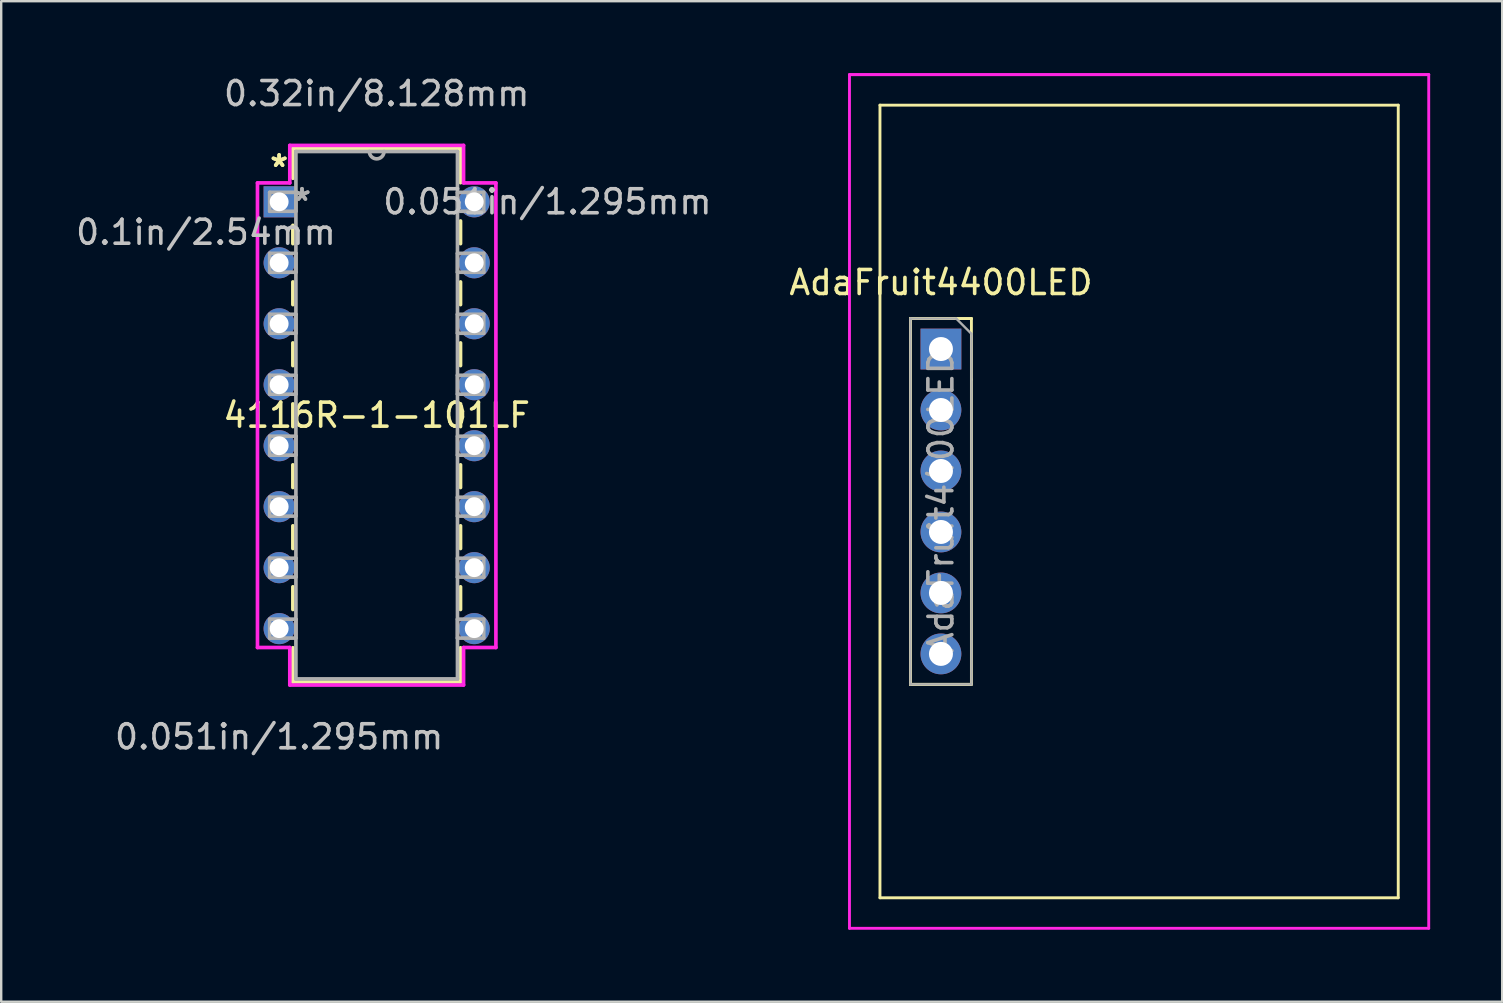
<source format=kicad_pcb>
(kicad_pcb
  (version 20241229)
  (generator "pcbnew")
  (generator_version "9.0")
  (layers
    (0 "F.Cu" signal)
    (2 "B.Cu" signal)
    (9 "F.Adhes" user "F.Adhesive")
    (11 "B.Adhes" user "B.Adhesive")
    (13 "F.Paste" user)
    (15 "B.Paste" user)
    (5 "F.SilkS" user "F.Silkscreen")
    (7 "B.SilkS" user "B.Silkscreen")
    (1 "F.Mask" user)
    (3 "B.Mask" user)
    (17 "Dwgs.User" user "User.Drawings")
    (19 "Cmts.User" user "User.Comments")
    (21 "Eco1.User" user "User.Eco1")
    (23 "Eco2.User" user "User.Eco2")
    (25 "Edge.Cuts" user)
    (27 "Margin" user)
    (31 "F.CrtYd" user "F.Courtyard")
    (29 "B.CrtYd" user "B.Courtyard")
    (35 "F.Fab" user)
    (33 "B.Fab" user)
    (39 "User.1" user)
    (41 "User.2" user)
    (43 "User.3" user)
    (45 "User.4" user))
  (footprint "4116R-1-101LF"
    (layer "F.Cu")
    (at 16.706 23.137)
    (property "Reference" "4116R-1-101LF" (at -4.064 -8.89 0) (layer "F.SilkS") (effects (font (size 1 1) (thickness 0.15))))
    (attr through_hole)
    (fp_line (start -7.556 -20.003) (end -7.556 -18.76) (stroke (width 0.152) (type solid)) (layer "F.SilkS"))
    (fp_line (start -7.556 -16.8) (end -7.556 -16.037) (stroke (width 0.152) (type solid)) (layer "F.SilkS"))
    (fp_line (start -7.556 -14.443) (end -7.556 -13.497) (stroke (width 0.152) (type solid)) (layer "F.SilkS"))
    (fp_line (start -7.556 -11.903) (end -7.556 -10.957) (stroke (width 0.152) (type solid)) (layer "F.SilkS"))
    (fp_line (start -7.556 -9.363) (end -7.556 -8.417) (stroke (width 0.152) (type solid)) (layer "F.SilkS"))
    (fp_line (start -7.556 -6.823) (end -7.556 -5.877) (stroke (width 0.152) (type solid)) (layer "F.SilkS"))
    (fp_line (start -7.556 -4.283) (end -7.556 -3.337) (stroke (width 0.152) (type solid)) (layer "F.SilkS"))
    (fp_line (start -7.556 -1.743) (end -7.556 -0.797) (stroke (width 0.152) (type solid)) (layer "F.SilkS"))
    (fp_line (start -7.556 0.797) (end -7.556 2.223) (stroke (width 0.152) (type solid)) (layer "F.SilkS"))
    (fp_line (start -7.556 2.223) (end -0.572 2.223) (stroke (width 0.152) (type solid)) (layer "F.SilkS"))
    (fp_line (start -0.572 -20.003) (end -7.556 -20.003) (stroke (width 0.152) (type solid)) (layer "F.SilkS"))
    (fp_line (start -0.572 -18.577) (end -0.572 -20.003) (stroke (width 0.152) (type solid)) (layer "F.SilkS"))
    (fp_line (start -0.572 -16.037) (end -0.572 -16.983) (stroke (width 0.152) (type solid)) (layer "F.SilkS"))
    (fp_line (start -0.572 -13.497) (end -0.572 -14.443) (stroke (width 0.152) (type solid)) (layer "F.SilkS"))
    (fp_line (start -0.572 -10.957) (end -0.572 -11.903) (stroke (width 0.152) (type solid)) (layer "F.SilkS"))
    (fp_line (start -0.572 -8.417) (end -0.572 -9.363) (stroke (width 0.152) (type solid)) (layer "F.SilkS"))
    (fp_line (start -0.572 -5.877) (end -0.572 -6.823) (stroke (width 0.152) (type solid)) (layer "F.SilkS"))
    (fp_line (start -0.572 -3.337) (end -0.572 -4.283) (stroke (width 0.152) (type solid)) (layer "F.SilkS"))
    (fp_line (start -0.572 -0.797) (end -0.572 -1.743) (stroke (width 0.152) (type solid)) (layer "F.SilkS"))
    (fp_line (start -0.572 2.223) (end -0.572 0.797) (stroke (width 0.152) (type solid)) (layer "F.SilkS"))
    (fp_line (start -9.03 -18.567) (end -9.03 0.787) (stroke (width 0.152) (type solid)) (layer "F.CrtYd"))
    (fp_line (start -9.03 0.787) (end -7.684 0.787) (stroke (width 0.152) (type solid)) (layer "F.CrtYd"))
    (fp_line (start -7.684 -20.13) (end -7.684 -18.567) (stroke (width 0.152) (type solid)) (layer "F.CrtYd"))
    (fp_line (start -7.684 -18.567) (end -9.03 -18.567) (stroke (width 0.152) (type solid)) (layer "F.CrtYd"))
    (fp_line (start -7.684 0.787) (end -7.684 2.349) (stroke (width 0.152) (type solid)) (layer "F.CrtYd"))
    (fp_line (start -7.684 2.349) (end -0.445 2.349) (stroke (width 0.152) (type solid)) (layer "F.CrtYd"))
    (fp_line (start -0.445 -20.13) (end -7.684 -20.13) (stroke (width 0.152) (type solid)) (layer "F.CrtYd"))
    (fp_line (start -0.445 -18.567) (end -0.445 -20.13) (stroke (width 0.152) (type solid)) (layer "F.CrtYd"))
    (fp_line (start -0.445 0.787) (end 0.902 0.787) (stroke (width 0.152) (type solid)) (layer "F.CrtYd"))
    (fp_line (start -0.445 2.349) (end -0.445 0.787) (stroke (width 0.152) (type solid)) (layer "F.CrtYd"))
    (fp_line (start 0.902 -18.567) (end -0.445 -18.567) (stroke (width 0.152) (type solid)) (layer "F.CrtYd"))
    (fp_line (start 0.902 0.787) (end 0.902 -18.567) (stroke (width 0.152) (type solid)) (layer "F.CrtYd"))
    (fp_line (start -8.522 -18.174) (end -8.522 -17.386) (stroke (width 0.152) (type solid)) (layer "F.Fab"))
    (fp_line (start -8.522 -17.386) (end -7.429 -17.386) (stroke (width 0.152) (type solid)) (layer "F.Fab"))
    (fp_line (start -8.522 -15.634) (end -8.522 -14.846) (stroke (width 0.152) (type solid)) (layer "F.Fab"))
    (fp_line (start -8.522 -14.846) (end -7.429 -14.846) (stroke (width 0.152) (type solid)) (layer "F.Fab"))
    (fp_line (start -8.522 -13.094) (end -8.522 -12.306) (stroke (width 0.152) (type solid)) (layer "F.Fab"))
    (fp_line (start -8.522 -12.306) (end -7.429 -12.306) (stroke (width 0.152) (type solid)) (layer "F.Fab"))
    (fp_line (start -8.522 -10.554) (end -8.522 -9.766) (stroke (width 0.152) (type solid)) (layer "F.Fab"))
    (fp_line (start -8.522 -9.766) (end -7.429 -9.766) (stroke (width 0.152) (type solid)) (layer "F.Fab"))
    (fp_line (start -8.522 -8.014) (end -8.522 -7.226) (stroke (width 0.152) (type solid)) (layer "F.Fab"))
    (fp_line (start -8.522 -7.226) (end -7.429 -7.226) (stroke (width 0.152) (type solid)) (layer "F.Fab"))
    (fp_line (start -8.522 -5.474) (end -8.522 -4.686) (stroke (width 0.152) (type solid)) (layer "F.Fab"))
    (fp_line (start -8.522 -4.686) (end -7.429 -4.686) (stroke (width 0.152) (type solid)) (layer "F.Fab"))
    (fp_line (start -8.522 -2.934) (end -8.522 -2.146) (stroke (width 0.152) (type solid)) (layer "F.Fab"))
    (fp_line (start -8.522 -2.146) (end -7.429 -2.146) (stroke (width 0.152) (type solid)) (layer "F.Fab"))
    (fp_line (start -8.522 -0.394) (end -8.522 0.394) (stroke (width 0.152) (type solid)) (layer "F.Fab"))
    (fp_line (start -8.522 0.394) (end -7.429 0.394) (stroke (width 0.152) (type solid)) (layer "F.Fab"))
    (fp_line (start -7.429 -19.875) (end -7.429 2.095) (stroke (width 0.152) (type solid)) (layer "F.Fab"))
    (fp_line (start -7.429 -18.174) (end -8.522 -18.174) (stroke (width 0.152) (type solid)) (layer "F.Fab"))
    (fp_line (start -7.429 -17.386) (end -7.429 -18.174) (stroke (width 0.152) (type solid)) (layer "F.Fab"))
    (fp_line (start -7.429 -15.634) (end -8.522 -15.634) (stroke (width 0.152) (type solid)) (layer "F.Fab"))
    (fp_line (start -7.429 -14.846) (end -7.429 -15.634) (stroke (width 0.152) (type solid)) (layer "F.Fab"))
    (fp_line (start -7.429 -13.094) (end -8.522 -13.094) (stroke (width 0.152) (type solid)) (layer "F.Fab"))
    (fp_line (start -7.429 -12.306) (end -7.429 -13.094) (stroke (width 0.152) (type solid)) (layer "F.Fab"))
    (fp_line (start -7.429 -10.554) (end -8.522 -10.554) (stroke (width 0.152) (type solid)) (layer "F.Fab"))
    (fp_line (start -7.429 -9.766) (end -7.429 -10.554) (stroke (width 0.152) (type solid)) (layer "F.Fab"))
    (fp_line (start -7.429 -8.014) (end -8.522 -8.014) (stroke (width 0.152) (type solid)) (layer "F.Fab"))
    (fp_line (start -7.429 -7.226) (end -7.429 -8.014) (stroke (width 0.152) (type solid)) (layer "F.Fab"))
    (fp_line (start -7.429 -5.474) (end -8.522 -5.474) (stroke (width 0.152) (type solid)) (layer "F.Fab"))
    (fp_line (start -7.429 -4.686) (end -7.429 -5.474) (stroke (width 0.152) (type solid)) (layer "F.Fab"))
    (fp_line (start -7.429 -2.934) (end -8.522 -2.934) (stroke (width 0.152) (type solid)) (layer "F.Fab"))
    (fp_line (start -7.429 -2.146) (end -7.429 -2.934) (stroke (width 0.152) (type solid)) (layer "F.Fab"))
    (fp_line (start -7.429 -0.394) (end -8.522 -0.394) (stroke (width 0.152) (type solid)) (layer "F.Fab"))
    (fp_line (start -7.429 0.394) (end -7.429 -0.394) (stroke (width 0.152) (type solid)) (layer "F.Fab"))
    (fp_line (start -7.429 2.095) (end -0.699 2.095) (stroke (width 0.152) (type solid)) (layer "F.Fab"))
    (fp_line (start -0.699 -19.875) (end -7.429 -19.875) (stroke (width 0.152) (type solid)) (layer "F.Fab"))
    (fp_line (start -0.699 -18.174) (end -0.699 -17.386) (stroke (width 0.152) (type solid)) (layer "F.Fab"))
    (fp_line (start -0.699 -17.386) (end 0.394 -17.386) (stroke (width 0.152) (type solid)) (layer "F.Fab"))
    (fp_line (start -0.699 -15.634) (end -0.699 -14.846) (stroke (width 0.152) (type solid)) (layer "F.Fab"))
    (fp_line (start -0.699 -14.846) (end 0.394 -14.846) (stroke (width 0.152) (type solid)) (layer "F.Fab"))
    (fp_line (start -0.699 -13.094) (end -0.699 -12.306) (stroke (width 0.152) (type solid)) (layer "F.Fab"))
    (fp_line (start -0.699 -12.306) (end 0.394 -12.306) (stroke (width 0.152) (type solid)) (layer "F.Fab"))
    (fp_line (start -0.699 -10.554) (end -0.699 -9.766) (stroke (width 0.152) (type solid)) (layer "F.Fab"))
    (fp_line (start -0.699 -9.766) (end 0.394 -9.766) (stroke (width 0.152) (type solid)) (layer "F.Fab"))
    (fp_line (start -0.699 -8.014) (end -0.699 -7.226) (stroke (width 0.152) (type solid)) (layer "F.Fab"))
    (fp_line (start -0.699 -7.226) (end 0.394 -7.226) (stroke (width 0.152) (type solid)) (layer "F.Fab"))
    (fp_line (start -0.699 -5.474) (end -0.699 -4.686) (stroke (width 0.152) (type solid)) (layer "F.Fab"))
    (fp_line (start -0.699 -4.686) (end 0.394 -4.686) (stroke (width 0.152) (type solid)) (layer "F.Fab"))
    (fp_line (start -0.699 -2.934) (end -0.699 -2.146) (stroke (width 0.152) (type solid)) (layer "F.Fab"))
    (fp_line (start -0.699 -2.146) (end 0.394 -2.146) (stroke (width 0.152) (type solid)) (layer "F.Fab"))
    (fp_line (start -0.699 -0.394) (end -0.699 0.394) (stroke (width 0.152) (type solid)) (layer "F.Fab"))
    (fp_line (start -0.699 0.394) (end 0.394 0.394) (stroke (width 0.152) (type solid)) (layer "F.Fab"))
    (fp_line (start -0.699 2.095) (end -0.699 -19.875) (stroke (width 0.152) (type solid)) (layer "F.Fab"))
    (fp_line (start 0.394 -18.174) (end -0.699 -18.174) (stroke (width 0.152) (type solid)) (layer "F.Fab"))
    (fp_line (start 0.394 -17.386) (end 0.394 -18.174) (stroke (width 0.152) (type solid)) (layer "F.Fab"))
    (fp_line (start 0.394 -15.634) (end -0.699 -15.634) (stroke (width 0.152) (type solid)) (layer "F.Fab"))
    (fp_line (start 0.394 -14.846) (end 0.394 -15.634) (stroke (width 0.152) (type solid)) (layer "F.Fab"))
    (fp_line (start 0.394 -13.094) (end -0.699 -13.094) (stroke (width 0.152) (type solid)) (layer "F.Fab"))
    (fp_line (start 0.394 -12.306) (end 0.394 -13.094) (stroke (width 0.152) (type solid)) (layer "F.Fab"))
    (fp_line (start 0.394 -10.554) (end -0.699 -10.554) (stroke (width 0.152) (type solid)) (layer "F.Fab"))
    (fp_line (start 0.394 -9.766) (end 0.394 -10.554) (stroke (width 0.152) (type solid)) (layer "F.Fab"))
    (fp_line (start 0.394 -8.014) (end -0.699 -8.014) (stroke (width 0.152) (type solid)) (layer "F.Fab"))
    (fp_line (start 0.394 -7.226) (end 0.394 -8.014) (stroke (width 0.152) (type solid)) (layer "F.Fab"))
    (fp_line (start 0.394 -5.474) (end -0.699 -5.474) (stroke (width 0.152) (type solid)) (layer "F.Fab"))
    (fp_line (start 0.394 -4.686) (end 0.394 -5.474) (stroke (width 0.152) (type solid)) (layer "F.Fab"))
    (fp_line (start 0.394 -2.934) (end -0.699 -2.934) (stroke (width 0.152) (type solid)) (layer "F.Fab"))
    (fp_line (start 0.394 -2.146) (end 0.394 -2.934) (stroke (width 0.152) (type solid)) (layer "F.Fab"))
    (fp_line (start 0.394 -0.394) (end -0.699 -0.394) (stroke (width 0.152) (type solid)) (layer "F.Fab"))
    (fp_line (start 0.394 0.394) (end 0.394 -0.394) (stroke (width 0.152) (type solid)) (layer "F.Fab"))
    (fp_arc (start -3.7592 -19.8755) (mid -4.064 -19.5707) (end -4.3688 -19.8755) (stroke (width 0.1524) (type solid)) (layer "F.Fab"))
    (fp_text user "*" (at -8.128 -19.19 0) (layer "F.SilkS") (effects (font (size 1 1) (thickness 0.15))))
    (fp_text user "*" (at -8.128 -19.19 0) (layer "F.SilkS") (effects (font (size 1 1) (thickness 0.15))))
    (fp_text user "0.32in/8.128mm" (at -4.064 -22.288 0) (layer "Dwgs.User") (effects (font (size 1 1) (thickness 0.15))))
    (fp_text user "0.1in/2.54mm" (at -11.176 -16.51 0) (layer "Dwgs.User") (effects (font (size 1 1) (thickness 0.15))))
    (fp_text user "0.051in/1.295mm" (at 3.048 -17.78 0) (layer "Dwgs.User") (effects (font (size 1 1) (thickness 0.15))))
    (fp_text user "0.051in/1.295mm" (at -8.128 4.508 0) (layer "Dwgs.User") (effects (font (size 1 1) (thickness 0.15))))
    (fp_text user "Copyright 2016 Accelerated Designs. All rights reserved." (at 0 0 0) (layer "Cmts.User") (effects (font (size 0.127 0.127) (thickness 0.002))))
    (fp_text user "*" (at -7.176 -17.78 0) (layer "F.Fab") (effects (font (size 1 1) (thickness 0.15))))
    (fp_text user "*" (at -7.176 -17.78 0) (layer "F.Fab") (effects (font (size 1 1) (thickness 0.15))))
    (pad "1" thru_hole rect (at -8.128 -17.78) (size 1.295 1.295) (drill 0.787) (layers "*.Cu" "*.Mask"))
    (pad "2" thru_hole circle (at -8.128 -15.24) (size 1.295 1.295) (drill 0.787) (layers "*.Cu" "*.Mask"))
    (pad "3" thru_hole circle (at -8.128 -12.7) (size 1.295 1.295) (drill 0.787) (layers "*.Cu" "*.Mask"))
    (pad "4" thru_hole circle (at -8.128 -10.16) (size 1.295 1.295) (drill 0.787) (layers "*.Cu" "*.Mask"))
    (pad "5" thru_hole circle (at -8.128 -7.62) (size 1.295 1.295) (drill 0.787) (layers "*.Cu" "*.Mask"))
    (pad "6" thru_hole circle (at -8.128 -5.08) (size 1.295 1.295) (drill 0.787) (layers "*.Cu" "*.Mask"))
    (pad "7" thru_hole circle (at -8.128 -2.54) (size 1.295 1.295) (drill 0.787) (layers "*.Cu" "*.Mask"))
    (pad "8" thru_hole circle (at -8.128 0) (size 1.295 1.295) (drill 0.787) (layers "*.Cu" "*.Mask"))
    (pad "9" thru_hole circle (at 0 0) (size 1.295 1.295) (drill 0.787) (layers "*.Cu" "*.Mask"))
    (pad "10" thru_hole circle (at 0 -2.54) (size 1.295 1.295) (drill 0.787) (layers "*.Cu" "*.Mask"))
    (pad "11" thru_hole circle (at 0 -5.08) (size 1.295 1.295) (drill 0.787) (layers "*.Cu" "*.Mask"))
    (pad "12" thru_hole circle (at 0 -7.62) (size 1.295 1.295) (drill 0.787) (layers "*.Cu" "*.Mask"))
    (pad "13" thru_hole circle (at 0 -10.16) (size 1.295 1.295) (drill 0.787) (layers "*.Cu" "*.Mask"))
    (pad "14" thru_hole circle (at 0 -12.7) (size 1.295 1.295) (drill 0.787) (layers "*.Cu" "*.Mask"))
    (pad "15" thru_hole circle (at 0 -15.24) (size 1.295 1.295) (drill 0.787) (layers "*.Cu" "*.Mask"))
    (pad "16" thru_hole circle (at 0 -17.78) (size 1.295 1.295) (drill 0.787) (layers "*.Cu" "*.Mask")))
  (footprint "AdaFruit4400LED"
    (layer "F.Cu")
    (at 36.147 11.49)
    (property "Reference" "AdaFruit4400LED" (at 0 -2.77 0) (layer "F.SilkS") (effects (font (size 1 1) (thickness 0.15))))
    (attr through_hole)
    (fp_line (start -2.54 -10.16) (end -2.54 22.86) (stroke (width 0.12) (type solid)) (layer "F.SilkS"))
    (fp_line (start -2.54 -10.16) (end 19.05 -10.16) (stroke (width 0.12) (type solid)) (layer "F.SilkS"))
    (fp_line (start -1.27 -1.27) (end -1.27 1.27) (stroke (width 0.12) (type solid)) (layer "F.SilkS"))
    (fp_line (start -1.27 -1.27) (end 1.27 -1.27) (stroke (width 0.12) (type solid)) (layer "F.SilkS"))
    (fp_line (start -1.27 1.27) (end -1.27 -1.27) (stroke (width 0.12) (type solid)) (layer "F.SilkS"))
    (fp_line (start -1.27 1.27) (end -1.27 13.97) (stroke (width 0.12) (type solid)) (layer "F.SilkS"))
    (fp_line (start -1.27 1.27) (end -1.27 13.97) (stroke (width 0.12) (type solid)) (layer "F.SilkS"))
    (fp_line (start -1.27 13.97) (end 1.27 13.97) (stroke (width 0.12) (type solid)) (layer "F.SilkS"))
    (fp_line (start -1.27 13.97) (end 1.27 13.97) (stroke (width 0.12) (type solid)) (layer "F.SilkS"))
    (fp_line (start 1.27 -1.27) (end -1.27 -1.27) (stroke (width 0.12) (type solid)) (layer "F.SilkS"))
    (fp_line (start 1.27 -1.27) (end 1.27 1.27) (stroke (width 0.12) (type solid)) (layer "F.SilkS"))
    (fp_line (start 1.27 13.97) (end 1.27 1.27) (stroke (width 0.12) (type solid)) (layer "F.SilkS"))
    (fp_line (start 19.05 -10.16) (end 19.05 22.86) (stroke (width 0.12) (type solid)) (layer "F.SilkS"))
    (fp_line (start 19.05 22.86) (end -2.54 22.86) (stroke (width 0.12) (type solid)) (layer "F.SilkS"))
    (fp_line (start -3.81 -11.43) (end 20.32 -11.43) (stroke (width 0.12) (type solid)) (layer "F.CrtYd"))
    (fp_line (start -3.81 -11.43) (end 20.32 -11.43) (stroke (width 0.12) (type solid)) (layer "F.CrtYd"))
    (fp_line (start -3.81 24.13) (end -3.81 -11.43) (stroke (width 0.12) (type solid)) (layer "F.CrtYd"))
    (fp_line (start 20.32 -11.43) (end 20.32 24.13) (stroke (width 0.12) (type solid)) (layer "F.CrtYd"))
    (fp_line (start 20.32 24.13) (end -3.81 24.13) (stroke (width 0.12) (type solid)) (layer "F.CrtYd"))
    (fp_line (start -1.27 -1.27) (end 0.635 -1.27) (stroke (width 0.1) (type solid)) (layer "F.Fab"))
    (fp_line (start -1.27 13.97) (end -1.27 -1.27) (stroke (width 0.1) (type solid)) (layer "F.Fab"))
    (fp_line (start 0.635 -1.27) (end 1.27 -0.635) (stroke (width 0.1) (type solid)) (layer "F.Fab"))
    (fp_line (start 1.27 -0.635) (end 1.27 13.97) (stroke (width 0.1) (type solid)) (layer "F.Fab"))
    (fp_line (start 1.27 13.97) (end -1.27 13.97) (stroke (width 0.1) (type solid)) (layer "F.Fab"))
    (fp_text user "${REFERENCE}" (at 0 6.35 90) (layer "F.Fab") (effects (font (size 1 1) (thickness 0.15))))
    (pad "3VO" thru_hole oval (at 0 10.16) (size 1.7 1.7) (drill 1) (layers "*.Cu" "*.Mask"))
    (pad "GND" thru_hole oval (at 0 7.62) (size 1.7 1.7) (drill 1) (layers "*.Cu" "*.Mask"))
    (pad "RESET" thru_hole oval (at 0 5.08) (size 1.7 1.7) (drill 1) (layers "*.Cu" "*.Mask"))
    (pad "SCL" thru_hole oval (at 0 2.54) (size 1.7 1.7) (drill 1) (layers "*.Cu" "*.Mask"))
    (pad "SDA" thru_hole rect (at 0 0) (size 1.7 1.7) (drill 1) (layers "*.Cu" "*.Mask"))
    (pad "VIN" thru_hole oval (at 0 12.7) (size 1.7 1.7) (drill 1) (layers "*.Cu" "*.Mask")))
  (gr_rect
    (start -3 -3)
    (end 59.527 38.68)
    (stroke (width 0.1) (type default))
    (fill no)
    (layer "Edge.Cuts")))
</source>
